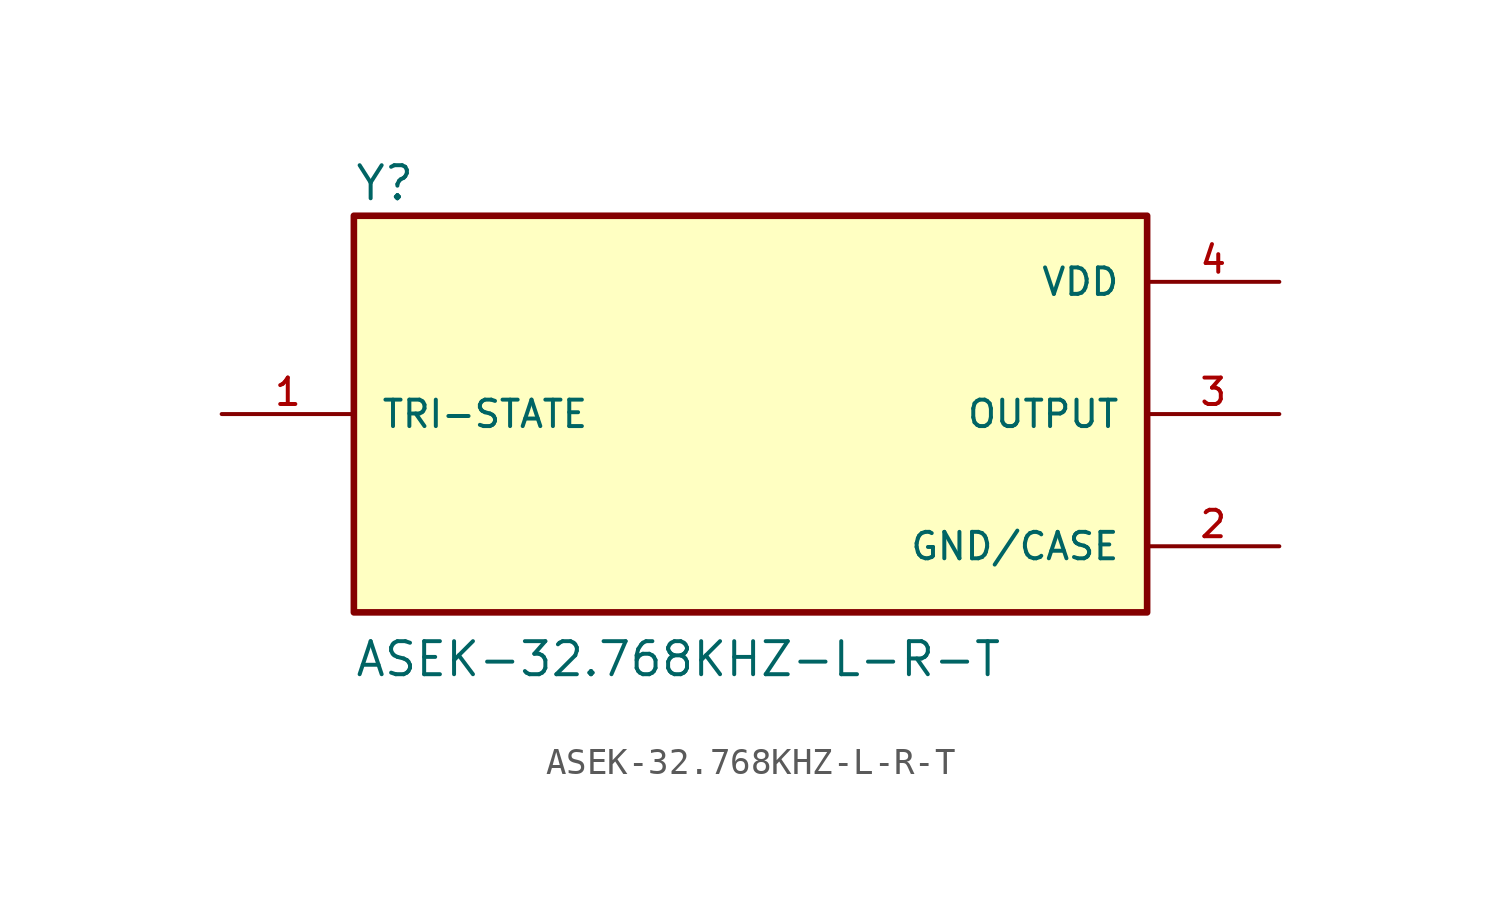
<source format=kicad_sym>
(kicad_symbol_lib
  (version 20211014)
  (generator kicad_symbol_editor)
  (symbol "ASEK-32.768KHZ-L-R-T"
    (pin_names
      (offset 1.016))
    (property "Reference" "Y"
      (at -15.24 8.128 0)
      (effects (font (size 1.27 1.27)) (justify bottom left)))
    (property "Value" "ASEK-32.768KHZ-L-R-T"
      (at -15.24 -10.16 0)
      (effects (font (size 1.27 1.27)) (justify bottom left)))
    (symbol "ASEK-32.768KHZ-L-R-T_0_0"
      (rectangle (start -15.24 -7.62) (end 15.24 7.62) (stroke (width 0.254)) (fill (type background)))
      (pin power_in line (at 20.32 5.08 180.0) (length 5.08) (name "VDD" (effects (font (size 1.016 1.016)))) (number "4" (effects (font (size 1.016 1.016)))))
      (pin passive line (at -20.32 0.0 0) (length 5.08) (name "TRI-STATE" (effects (font (size 1.016 1.016)))) (number "1" (effects (font (size 1.016 1.016)))))
      (pin passive line (at 20.32 -5.08 180.0) (length 5.08) (name "GND/CASE" (effects (font (size 1.016 1.016)))) (number "2" (effects (font (size 1.016 1.016)))))
      (pin output line (at 20.32 0.0 180.0) (length 5.08) (name "OUTPUT" (effects (font (size 1.016 1.016)))) (number "3" (effects (font (size 1.016 1.016))))))))
</source>
